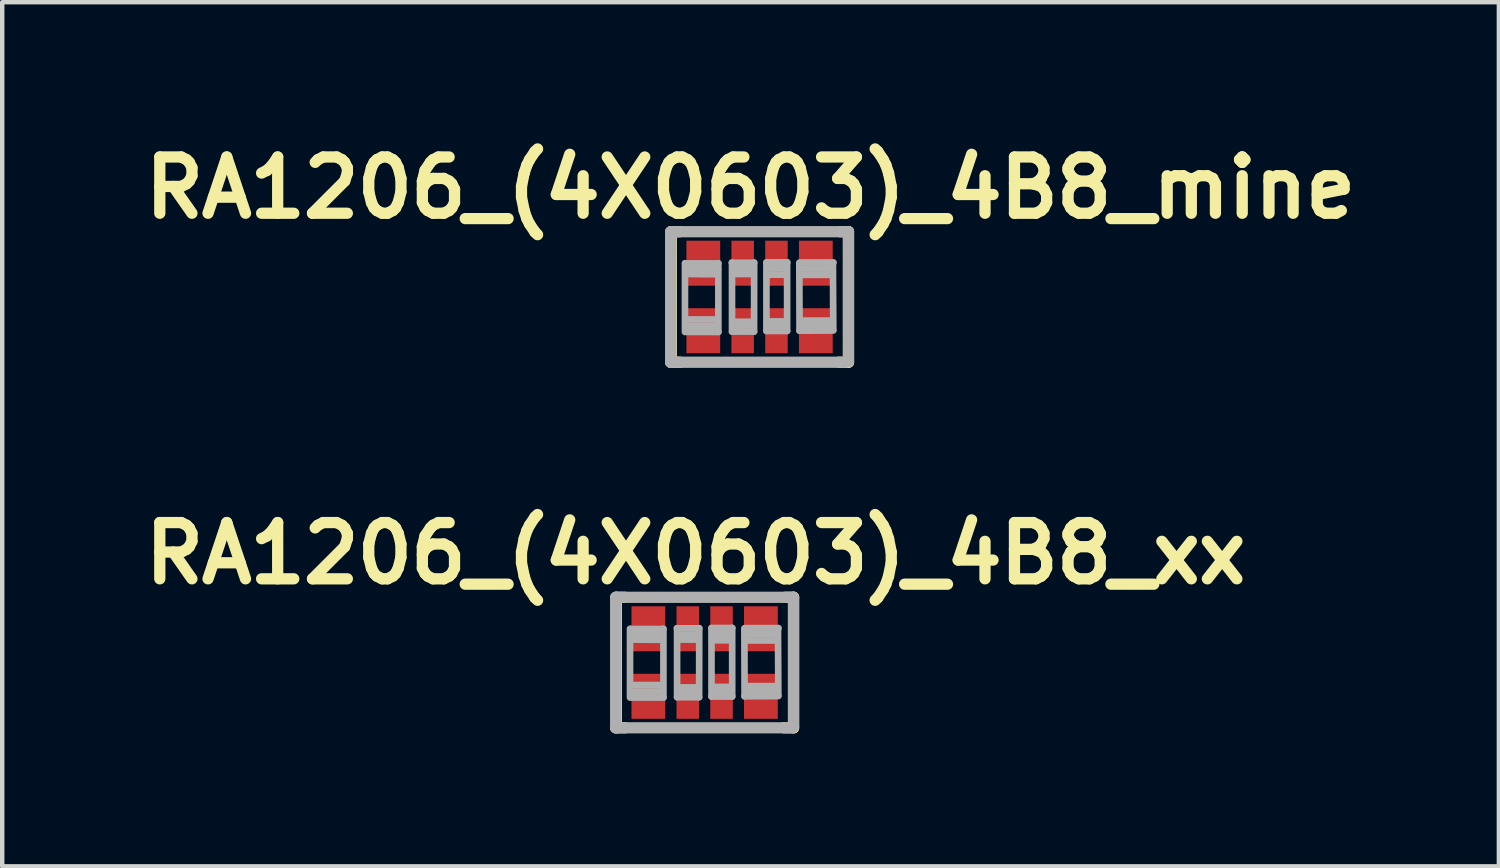
<source format=kicad_pcb>
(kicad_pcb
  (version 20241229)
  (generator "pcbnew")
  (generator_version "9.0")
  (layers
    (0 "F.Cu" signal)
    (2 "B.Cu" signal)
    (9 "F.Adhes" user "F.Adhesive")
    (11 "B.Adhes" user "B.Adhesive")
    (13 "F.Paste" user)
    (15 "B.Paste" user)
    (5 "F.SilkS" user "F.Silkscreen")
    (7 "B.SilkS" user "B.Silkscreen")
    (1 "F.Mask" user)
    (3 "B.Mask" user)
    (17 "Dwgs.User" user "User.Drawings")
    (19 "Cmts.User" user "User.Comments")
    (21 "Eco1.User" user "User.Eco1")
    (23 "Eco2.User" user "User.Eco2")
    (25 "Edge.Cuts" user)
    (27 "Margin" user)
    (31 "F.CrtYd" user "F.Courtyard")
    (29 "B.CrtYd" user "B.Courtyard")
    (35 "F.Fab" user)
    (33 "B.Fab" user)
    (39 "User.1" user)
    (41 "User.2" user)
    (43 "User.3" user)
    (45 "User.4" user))
  (footprint "RA1206_(4X0603)_4B8_mine"
    (layer "F.Cu")
    (at 14.095 3.653)
    (property "Reference" "RA1206_(4X0603)_4B8_mine" (at -0.203 -2.464 0) (layer "F.SilkS") (effects (font (size 1.27 1.27) (thickness 0.254))))
    (attr smd)
    (fp_line (start -2.007 1.473) (end -1.791 1.473) (stroke (width 0.254) (type solid)) (layer "F.SilkS"))
    (fp_line (start -1.994 -1.473) (end -1.994 1.473) (stroke (width 0.254) (type solid)) (layer "F.SilkS"))
    (fp_line (start -1.981 -1.473) (end -1.803 -1.473) (stroke (width 0.254) (type solid)) (layer "F.SilkS"))
    (fp_line (start 1.816 -1.473) (end 2.007 -1.473) (stroke (width 0.254) (type solid)) (layer "F.SilkS"))
    (fp_line (start 2.007 -1.473) (end 2.007 1.473) (stroke (width 0.254) (type solid)) (layer "F.SilkS"))
    (fp_line (start 2.007 1.473) (end 1.791 1.473) (stroke (width 0.254) (type solid)) (layer "F.SilkS"))
    (fp_line (start -2.007 -1.473) (end -2.007 1.473) (stroke (width 0.254) (type solid)) (layer "F.Fab"))
    (fp_line (start -2.007 -1.473) (end 2.007 -1.473) (stroke (width 0.254) (type solid)) (layer "F.Fab"))
    (fp_line (start -2.007 1.473) (end 1.943 1.473) (stroke (width 0.254) (type solid)) (layer "F.Fab"))
    (fp_line (start -1.684 -0.762) (end -1.684 0.79) (stroke (width 0.15) (type solid)) (layer "F.Fab"))
    (fp_line (start -1.679 -0.757) (end -0.932 -0.757) (stroke (width 0.15) (type solid)) (layer "F.Fab"))
    (fp_line (start -1.643 -0.518) (end -1.029 -0.513) (stroke (width 0.15) (type solid)) (layer "F.Fab"))
    (fp_line (start -1.615 0.655) (end -1.008 0.653) (stroke (width 0.15) (type solid)) (layer "F.Fab"))
    (fp_line (start -0.98 0.508) (end -1.618 0.508) (stroke (width 0.15) (type solid)) (layer "F.Fab"))
    (fp_line (start -0.94 -0.622) (end -1.638 -0.622) (stroke (width 0.15) (type solid)) (layer "F.Fab"))
    (fp_line (start -0.93 -0.762) (end -0.93 0.79) (stroke (width 0.15) (type solid)) (layer "F.Fab"))
    (fp_line (start -0.93 0.79) (end -1.638 0.79) (stroke (width 0.15) (type solid)) (layer "F.Fab"))
    (fp_line (start -0.627 -0.772) (end -0.122 -0.772) (stroke (width 0.15) (type solid)) (layer "F.Fab"))
    (fp_line (start -0.622 0.782) (end -0.622 -0.777) (stroke (width 0.15) (type solid)) (layer "F.Fab"))
    (fp_line (start -0.602 -0.632) (end -0.213 -0.63) (stroke (width 0.15) (type solid)) (layer "F.Fab"))
    (fp_line (start -0.589 0.561) (end -0.18 0.561) (stroke (width 0.15) (type solid)) (layer "F.Fab"))
    (fp_line (start -0.582 -0.518) (end -0.185 -0.518) (stroke (width 0.15) (type solid)) (layer "F.Fab"))
    (fp_line (start -0.582 0.645) (end -0.239 0.645) (stroke (width 0.15) (type solid)) (layer "F.Fab"))
    (fp_line (start -0.124 0.782) (end -0.622 0.782) (stroke (width 0.15) (type solid)) (layer "F.Fab"))
    (fp_line (start -0.122 -0.777) (end -0.124 0.782) (stroke (width 0.15) (type solid)) (layer "F.Fab"))
    (fp_line (start 0.155 -0.78) (end 0.625 -0.78) (stroke (width 0.15) (type solid)) (layer "F.Fab"))
    (fp_line (start 0.155 0.767) (end 0.155 -0.777) (stroke (width 0.15) (type solid)) (layer "F.Fab"))
    (fp_line (start 0.163 -0.503) (end 0.594 -0.503) (stroke (width 0.15) (type solid)) (layer "F.Fab"))
    (fp_line (start 0.165 0.551) (end 0.584 0.551) (stroke (width 0.15) (type solid)) (layer "F.Fab"))
    (fp_line (start 0.175 0.66) (end 0.554 0.663) (stroke (width 0.15) (type solid)) (layer "F.Fab"))
    (fp_line (start 0.185 -0.645) (end 0.551 -0.645) (stroke (width 0.15) (type solid)) (layer "F.Fab"))
    (fp_line (start 0.622 -0.782) (end 0.622 0.767) (stroke (width 0.15) (type solid)) (layer "F.Fab"))
    (fp_line (start 0.622 0.767) (end 0.155 0.767) (stroke (width 0.15) (type solid)) (layer "F.Fab"))
    (fp_line (start 0.902 0.762) (end 0.897 -0.767) (stroke (width 0.15) (type solid)) (layer "F.Fab"))
    (fp_line (start 0.907 -0.777) (end 1.669 -0.777) (stroke (width 0.15) (type solid)) (layer "F.Fab"))
    (fp_line (start 0.953 0.533) (end 1.608 0.533) (stroke (width 0.15) (type solid)) (layer "F.Fab"))
    (fp_line (start 0.958 -0.498) (end 1.6 -0.498) (stroke (width 0.15) (type solid)) (layer "F.Fab"))
    (fp_line (start 0.993 -0.64) (end 1.575 -0.64) (stroke (width 0.15) (type solid)) (layer "F.Fab"))
    (fp_line (start 1.638 0.648) (end 1.008 0.655) (stroke (width 0.15) (type solid)) (layer "F.Fab"))
    (fp_line (start 1.656 -0.777) (end 1.664 0.742) (stroke (width 0.15) (type solid)) (layer "F.Fab"))
    (fp_line (start 1.664 0.757) (end 0.902 0.762) (stroke (width 0.15) (type solid)) (layer "F.Fab"))
    (fp_line (start 2.007 -1.473) (end 2.007 1.46) (stroke (width 0.254) (type solid)) (layer "F.Fab"))
    (pad "1" smd rect (at -1.27 0.762) (size 0.762 1.016) (layers "F.Cu" "F.Mask" "F.Paste"))
    (pad "2" smd rect (at -0.381 0.762) (size 0.508 1.016) (layers "F.Cu" "F.Mask" "F.Paste"))
    (pad "3" smd rect (at 0.381 0.762) (size 0.508 1.016) (layers "F.Cu" "F.Mask" "F.Paste"))
    (pad "4" smd rect (at 1.27 0.762) (size 0.762 1.016) (layers "F.Cu" "F.Mask" "F.Paste"))
    (pad "5" smd rect (at 1.27 -0.762) (size 0.762 1.016) (layers "F.Cu" "F.Mask" "F.Paste"))
    (pad "6" smd rect (at 0.381 -0.762) (size 0.508 1.016) (layers "F.Cu" "F.Mask" "F.Paste"))
    (pad "7" smd rect (at -0.381 -0.762) (size 0.508 1.016) (layers "F.Cu" "F.Mask" "F.Paste"))
    (pad "8" smd rect (at -1.27 -0.762) (size 0.762 1.016) (layers "F.Cu" "F.Mask" "F.Paste")))
  (footprint "RA1206_(4X0603)_4B8_xx"
    (layer "F.Cu")
    (at 12.855 11.905)
    (property "Reference" "RA1206_(4X0603)_4B8_xx" (at -0.203 -2.464 0) (layer "F.SilkS") (effects (font (size 1.27 1.27) (thickness 0.254))))
    (attr smd)
    (fp_line (start -2.007 1.473) (end -1.791 1.473) (stroke (width 0.254) (type solid)) (layer "F.SilkS"))
    (fp_line (start -1.994 -1.473) (end -1.994 1.473) (stroke (width 0.254) (type solid)) (layer "F.SilkS"))
    (fp_line (start -1.981 -1.473) (end -1.803 -1.473) (stroke (width 0.254) (type solid)) (layer "F.SilkS"))
    (fp_line (start 1.816 -1.473) (end 2.007 -1.473) (stroke (width 0.254) (type solid)) (layer "F.SilkS"))
    (fp_line (start 2.007 -1.473) (end 2.007 1.473) (stroke (width 0.254) (type solid)) (layer "F.SilkS"))
    (fp_line (start 2.007 1.473) (end 1.791 1.473) (stroke (width 0.254) (type solid)) (layer "F.SilkS"))
    (fp_line (start -2.007 -1.473) (end -2.007 1.473) (stroke (width 0.254) (type solid)) (layer "F.Fab"))
    (fp_line (start -2.007 -1.473) (end 2.007 -1.473) (stroke (width 0.254) (type solid)) (layer "F.Fab"))
    (fp_line (start -2.007 1.473) (end 1.943 1.473) (stroke (width 0.254) (type solid)) (layer "F.Fab"))
    (fp_line (start -1.684 -0.762) (end -1.684 0.79) (stroke (width 0.15) (type solid)) (layer "F.Fab"))
    (fp_line (start -1.679 -0.757) (end -0.932 -0.757) (stroke (width 0.15) (type solid)) (layer "F.Fab"))
    (fp_line (start -1.643 -0.518) (end -1.029 -0.513) (stroke (width 0.15) (type solid)) (layer "F.Fab"))
    (fp_line (start -1.615 0.655) (end -1.008 0.653) (stroke (width 0.15) (type solid)) (layer "F.Fab"))
    (fp_line (start -0.98 0.508) (end -1.618 0.508) (stroke (width 0.15) (type solid)) (layer "F.Fab"))
    (fp_line (start -0.94 -0.622) (end -1.638 -0.622) (stroke (width 0.15) (type solid)) (layer "F.Fab"))
    (fp_line (start -0.93 -0.762) (end -0.93 0.79) (stroke (width 0.15) (type solid)) (layer "F.Fab"))
    (fp_line (start -0.93 0.79) (end -1.638 0.79) (stroke (width 0.15) (type solid)) (layer "F.Fab"))
    (fp_line (start -0.627 -0.772) (end -0.122 -0.772) (stroke (width 0.15) (type solid)) (layer "F.Fab"))
    (fp_line (start -0.622 0.782) (end -0.622 -0.777) (stroke (width 0.15) (type solid)) (layer "F.Fab"))
    (fp_line (start -0.602 -0.632) (end -0.213 -0.63) (stroke (width 0.15) (type solid)) (layer "F.Fab"))
    (fp_line (start -0.589 0.561) (end -0.18 0.561) (stroke (width 0.15) (type solid)) (layer "F.Fab"))
    (fp_line (start -0.582 -0.518) (end -0.185 -0.518) (stroke (width 0.15) (type solid)) (layer "F.Fab"))
    (fp_line (start -0.582 0.645) (end -0.239 0.645) (stroke (width 0.15) (type solid)) (layer "F.Fab"))
    (fp_line (start -0.124 0.782) (end -0.622 0.782) (stroke (width 0.15) (type solid)) (layer "F.Fab"))
    (fp_line (start -0.122 -0.777) (end -0.124 0.782) (stroke (width 0.15) (type solid)) (layer "F.Fab"))
    (fp_line (start 0.155 -0.78) (end 0.625 -0.78) (stroke (width 0.15) (type solid)) (layer "F.Fab"))
    (fp_line (start 0.155 0.767) (end 0.155 -0.777) (stroke (width 0.15) (type solid)) (layer "F.Fab"))
    (fp_line (start 0.163 -0.503) (end 0.594 -0.503) (stroke (width 0.15) (type solid)) (layer "F.Fab"))
    (fp_line (start 0.165 0.551) (end 0.584 0.551) (stroke (width 0.15) (type solid)) (layer "F.Fab"))
    (fp_line (start 0.175 0.66) (end 0.554 0.663) (stroke (width 0.15) (type solid)) (layer "F.Fab"))
    (fp_line (start 0.185 -0.645) (end 0.551 -0.645) (stroke (width 0.15) (type solid)) (layer "F.Fab"))
    (fp_line (start 0.622 -0.782) (end 0.622 0.767) (stroke (width 0.15) (type solid)) (layer "F.Fab"))
    (fp_line (start 0.622 0.767) (end 0.155 0.767) (stroke (width 0.15) (type solid)) (layer "F.Fab"))
    (fp_line (start 0.902 0.762) (end 0.897 -0.767) (stroke (width 0.15) (type solid)) (layer "F.Fab"))
    (fp_line (start 0.907 -0.777) (end 1.669 -0.777) (stroke (width 0.15) (type solid)) (layer "F.Fab"))
    (fp_line (start 0.953 0.533) (end 1.608 0.533) (stroke (width 0.15) (type solid)) (layer "F.Fab"))
    (fp_line (start 0.958 -0.498) (end 1.6 -0.498) (stroke (width 0.15) (type solid)) (layer "F.Fab"))
    (fp_line (start 0.993 -0.64) (end 1.575 -0.64) (stroke (width 0.15) (type solid)) (layer "F.Fab"))
    (fp_line (start 1.638 0.648) (end 1.008 0.655) (stroke (width 0.15) (type solid)) (layer "F.Fab"))
    (fp_line (start 1.656 -0.777) (end 1.664 0.742) (stroke (width 0.15) (type solid)) (layer "F.Fab"))
    (fp_line (start 1.664 0.757) (end 0.902 0.762) (stroke (width 0.15) (type solid)) (layer "F.Fab"))
    (fp_line (start 2.007 -1.473) (end 2.007 1.46) (stroke (width 0.254) (type solid)) (layer "F.Fab"))
    (pad "1.1" smd rect (at -1.27 0.762) (size 0.762 1.016) (layers "F.Cu" "F.Mask" "F.Paste"))
    (pad "1.2" smd rect (at -1.27 -0.762) (size 0.762 1.016) (layers "F.Cu" "F.Mask" "F.Paste"))
    (pad "2.1" smd rect (at -0.381 0.762) (size 0.508 1.016) (layers "F.Cu" "F.Mask" "F.Paste"))
    (pad "2.2" smd rect (at -0.381 -0.762) (size 0.508 1.016) (layers "F.Cu" "F.Mask" "F.Paste"))
    (pad "3.1" smd rect (at 0.381 0.762) (size 0.508 1.016) (layers "F.Cu" "F.Mask" "F.Paste"))
    (pad "3.2" smd rect (at 0.381 -0.762) (size 0.508 1.016) (layers "F.Cu" "F.Mask" "F.Paste"))
    (pad "4.1" smd rect (at 1.27 0.762) (size 0.762 1.016) (layers "F.Cu" "F.Mask" "F.Paste"))
    (pad "4.2" smd rect (at 1.27 -0.762) (size 0.762 1.016) (layers "F.Cu" "F.Mask" "F.Paste")))
  (gr_rect
    (start -3 -3)
    (end 30.783 16.505)
    (stroke (width 0.1) (type default))
    (fill no)
    (layer "Edge.Cuts")))
</source>
